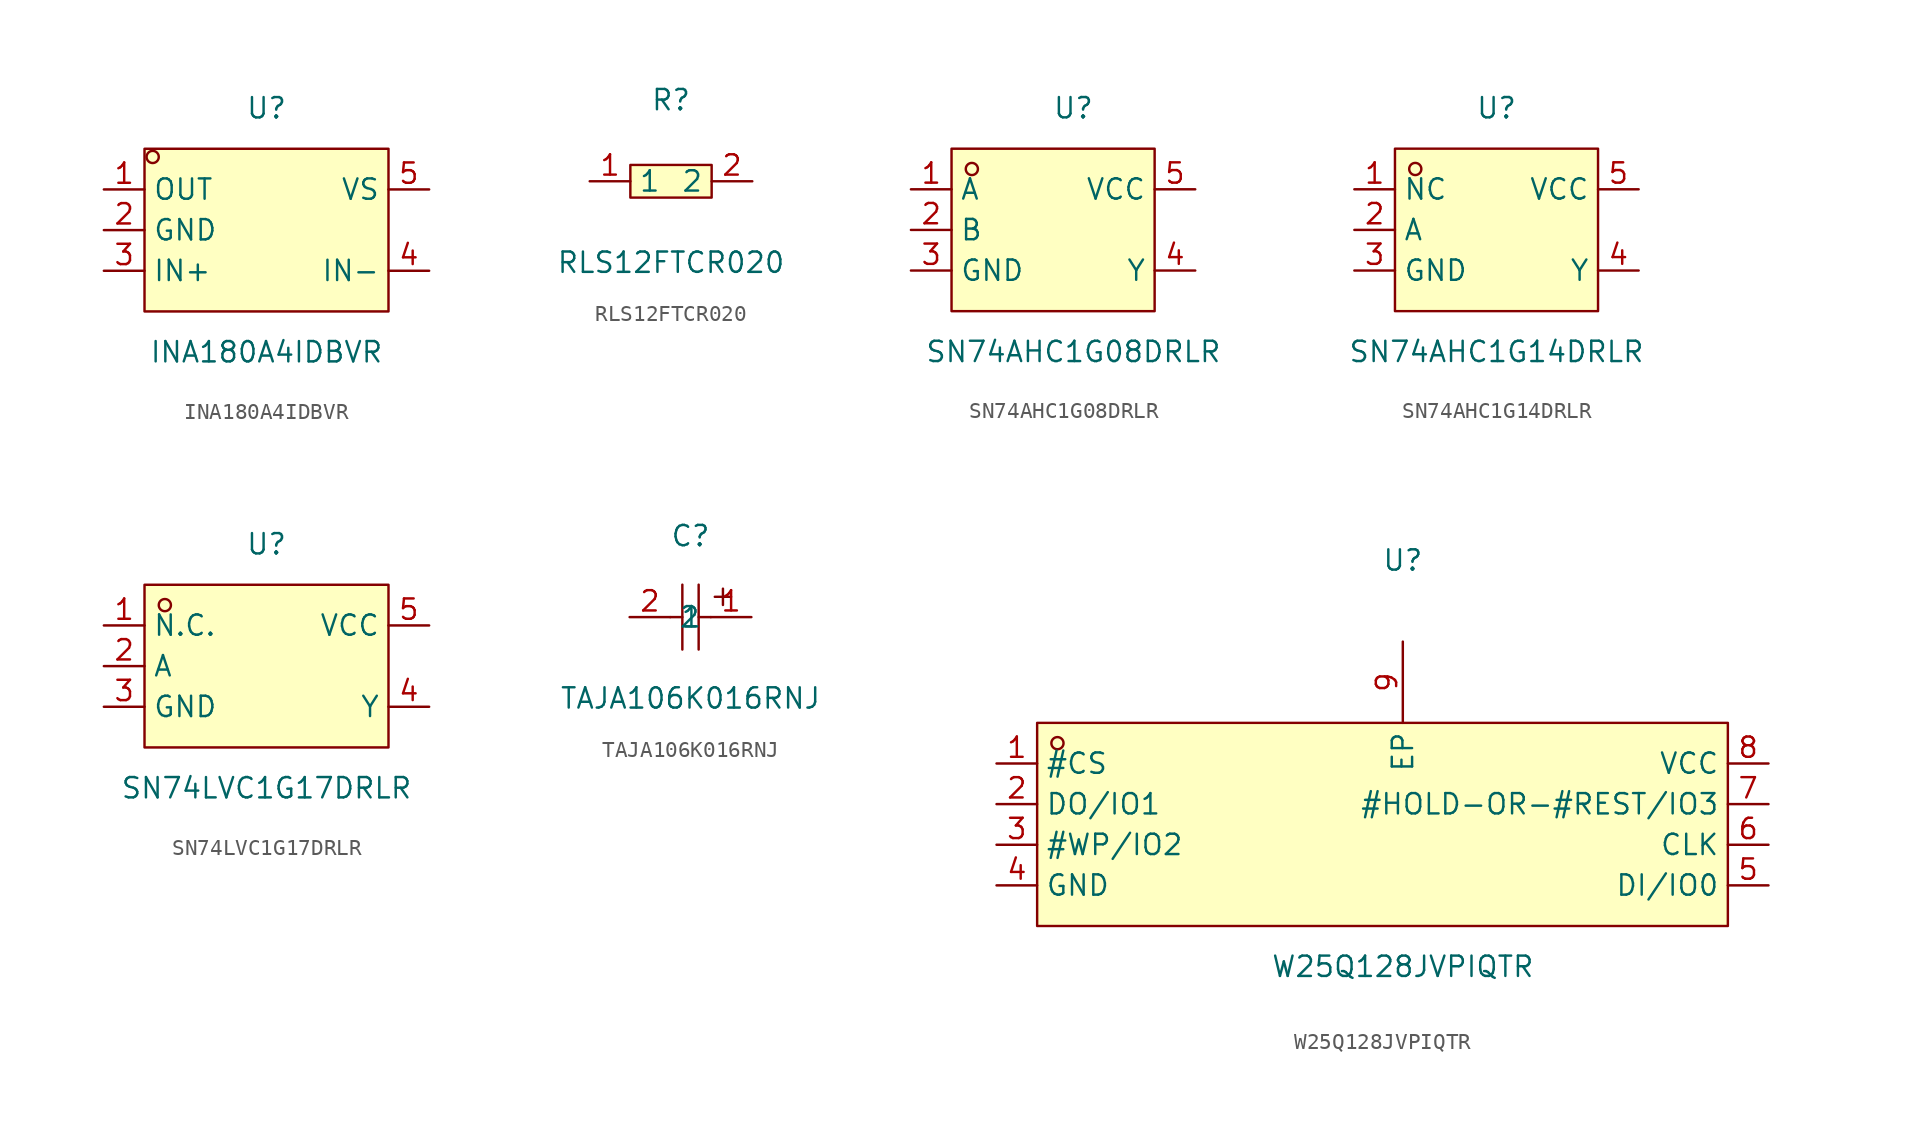
<source format=kicad_sym>
(kicad_symbol_lib
  (version 20231120)
  (generator "kicad_symbol_editor")
  (generator_version "8.0")
  (symbol "INA180A4IDBVR"
    (property "Reference" "U"
      (at 0 7.62 0)
      (effects (font (size 1.27 1.27))))
    (property "Value" "INA180A4IDBVR"
      (at 0 -7.62 0)
      (effects (font (size 1.27 1.27))))
    (symbol "INA180A4IDBVR_0_1"
      (rectangle (start -7.62 5.08) (end 7.62 -5.08) (stroke (width 0) (type default) (color 0 0 0 0)) (fill (type background)))
      (circle (center -7.11 4.57) (radius 0.38) (stroke (width 0) (type default) (color 0 0 0 0)) (fill (type none)))
      (pin unspecified line (at -10.16 2.54 0) (length 2.54) (name "OUT" (effects (font (size 1.27 1.27)))) (number "1" (effects (font (size 1.27 1.27)))))
      (pin unspecified line (at -10.16 -0.00 0) (length 2.54) (name "GND" (effects (font (size 1.27 1.27)))) (number "2" (effects (font (size 1.27 1.27)))))
      (pin unspecified line (at -10.16 -2.54 0) (length 2.54) (name "IN+" (effects (font (size 1.27 1.27)))) (number "3" (effects (font (size 1.27 1.27)))))
      (pin unspecified line (at 10.16 -2.54 180) (length 2.54) (name "IN-" (effects (font (size 1.27 1.27)))) (number "4" (effects (font (size 1.27 1.27)))))
      (pin unspecified line (at 10.16 2.54 180) (length 2.54) (name "VS" (effects (font (size 1.27 1.27)))) (number "5" (effects (font (size 1.27 1.27)))))))
  (symbol "RLS12FTCR020"
    (property "Reference" "R"
      (at 0 5.08 0)
      (effects (font (size 1.27 1.27))))
    (property "Value" "RLS12FTCR020"
      (at 0 -5.08 0)
      (effects (font (size 1.27 1.27))))
    (symbol "RLS12FTCR020_0_1"
      (rectangle (start -2.54 1.02) (end 2.54 -1.02) (stroke (width 0) (type default) (color 0 0 0 0)) (fill (type background)))
      (pin unspecified line (at 5.08 -0.00 180) (length 2.54) (name "2" (effects (font (size 1.27 1.27)))) (number "2" (effects (font (size 1.27 1.27)))))
      (pin unspecified line (at -5.08 -0.00 0) (length 2.54) (name "1" (effects (font (size 1.27 1.27)))) (number "1" (effects (font (size 1.27 1.27)))))))
  (symbol "SN74AHC1G08DRLR"
    (property "Reference" "U"
      (at 0 7.62 0)
      (effects (font (size 1.27 1.27))))
    (property "Value" "SN74AHC1G08DRLR"
      (at 0 -7.62 0)
      (effects (font (size 1.27 1.27))))
    (symbol "SN74AHC1G08DRLR_0_1"
      (rectangle (start -7.62 5.08) (end 5.08 -5.08) (stroke (width 0) (type default) (color 0 0 0 0)) (fill (type background)))
      (circle (center -6.35 3.81) (radius 0.38) (stroke (width 0) (type default) (color 0 0 0 0)) (fill (type none)))
      (pin unspecified line (at 7.62 2.54 180) (length 2.54) (name "VCC" (effects (font (size 1.27 1.27)))) (number "5" (effects (font (size 1.27 1.27)))))
      (pin unspecified line (at 7.62 -2.54 180) (length 2.54) (name "Y" (effects (font (size 1.27 1.27)))) (number "4" (effects (font (size 1.27 1.27)))))
      (pin unspecified line (at -10.16 -2.54 0) (length 2.54) (name "GND" (effects (font (size 1.27 1.27)))) (number "3" (effects (font (size 1.27 1.27)))))
      (pin unspecified line (at -10.16 -0.00 0) (length 2.54) (name "B" (effects (font (size 1.27 1.27)))) (number "2" (effects (font (size 1.27 1.27)))))
      (pin unspecified line (at -10.16 2.54 0) (length 2.54) (name "A" (effects (font (size 1.27 1.27)))) (number "1" (effects (font (size 1.27 1.27)))))))
  (symbol "SN74AHC1G14DRLR"
    (property "Reference" "U"
      (at 0 7.62 0)
      (effects (font (size 1.27 1.27))))
    (property "Value" "SN74AHC1G14DRLR"
      (at 0 -7.62 0)
      (effects (font (size 1.27 1.27))))
    (symbol "SN74AHC1G14DRLR_0_1"
      (rectangle (start -6.35 5.08) (end 6.35 -5.08) (stroke (width 0) (type default) (color 0 0 0 0)) (fill (type background)))
      (circle (center -5.08 3.81) (radius 0.38) (stroke (width 0) (type default) (color 0 0 0 0)) (fill (type none)))
      (pin unspecified line (at -8.89 2.54 0) (length 2.54) (name "NC" (effects (font (size 1.27 1.27)))) (number "1" (effects (font (size 1.27 1.27)))))
      (pin unspecified line (at -8.89 -0.00 0) (length 2.54) (name "A" (effects (font (size 1.27 1.27)))) (number "2" (effects (font (size 1.27 1.27)))))
      (pin unspecified line (at -8.89 -2.54 0) (length 2.54) (name "GND" (effects (font (size 1.27 1.27)))) (number "3" (effects (font (size 1.27 1.27)))))
      (pin unspecified line (at 8.89 -2.54 180) (length 2.54) (name "Y" (effects (font (size 1.27 1.27)))) (number "4" (effects (font (size 1.27 1.27)))))
      (pin unspecified line (at 8.89 2.54 180) (length 2.54) (name "VCC" (effects (font (size 1.27 1.27)))) (number "5" (effects (font (size 1.27 1.27)))))))
  (symbol "SN74LVC1G17DRLR"
    (property "Reference" "U"
      (at 0 7.62 0)
      (effects (font (size 1.27 1.27))))
    (property "Value" "SN74LVC1G17DRLR"
      (at 0 -7.62 0)
      (effects (font (size 1.27 1.27))))
    (symbol "SN74LVC1G17DRLR_0_1"
      (rectangle (start -7.62 5.08) (end 7.62 -5.08) (stroke (width 0) (type default) (color 0 0 0 0)) (fill (type background)))
      (circle (center -6.35 3.81) (radius 0.38) (stroke (width 0) (type default) (color 0 0 0 0)) (fill (type none)))
      (pin unspecified line (at -10.16 2.54 0) (length 2.54) (name "N.C." (effects (font (size 1.27 1.27)))) (number "1" (effects (font (size 1.27 1.27)))))
      (pin unspecified line (at -10.16 -0.00 0) (length 2.54) (name "A" (effects (font (size 1.27 1.27)))) (number "2" (effects (font (size 1.27 1.27)))))
      (pin unspecified line (at -10.16 -2.54 0) (length 2.54) (name "GND" (effects (font (size 1.27 1.27)))) (number "3" (effects (font (size 1.27 1.27)))))
      (pin unspecified line (at 10.16 -2.54 180) (length 2.54) (name "Y" (effects (font (size 1.27 1.27)))) (number "4" (effects (font (size 1.27 1.27)))))
      (pin unspecified line (at 10.16 2.54 180) (length 2.54) (name "VCC" (effects (font (size 1.27 1.27)))) (number "5" (effects (font (size 1.27 1.27)))))))
  (symbol "TAJA106K016RNJ"
    (property "Reference" "C"
      (at 0 5.08 0)
      (effects (font (size 1.27 1.27))))
    (property "Value" "TAJA106K016RNJ"
      (at 0 -5.08 0)
      (effects (font (size 1.27 1.27))))
    (symbol "TAJA106K016RNJ_0_1"
      (polyline (pts (xy 0.51 -2.03) (xy 0.51 2.03)) (stroke (width 0) (type default) (color 0 0 0 0)) (fill (type none)))
      (polyline (pts (xy -0.51 -2.03) (xy -0.51 2.03)) (stroke (width 0) (type default) (color 0 0 0 0)) (fill (type none)))
      (polyline (pts (xy 1.27 -0.00) (xy 0.51 -0.00)) (stroke (width 0) (type default) (color 0 0 0 0)) (fill (type none)))
      (polyline (pts (xy -0.51 -0.00) (xy -1.27 -0.00)) (stroke (width 0) (type default) (color 0 0 0 0)) (fill (type none)))
      (polyline (pts (xy 1.52 1.27) (xy 2.54 1.27)) (stroke (width 0) (type default) (color 0 0 0 0)) (fill (type none)))
      (polyline (pts (xy 2.03 1.78) (xy 2.03 0.76)) (stroke (width 0) (type default) (color 0 0 0 0)) (fill (type none)))
      (pin input line (at 3.81 -0.00 180) (length 2.54) (name "1" (effects (font (size 1.27 1.27)))) (number "1" (effects (font (size 1.27 1.27)))))
      (pin input line (at -3.81 -0.00 0) (length 2.54) (name "2" (effects (font (size 1.27 1.27)))) (number "2" (effects (font (size 1.27 1.27)))))))
  (symbol "W25Q128JVPIQTR"
    (property "Reference" "U"
      (at 0 17.78 0)
      (effects (font (size 1.27 1.27))))
    (property "Value" "W25Q128JVPIQTR"
      (at 0 -7.62 0)
      (effects (font (size 1.27 1.27))))
    (symbol "W25Q128JVPIQTR_0_1"
      (rectangle (start -22.86 7.62) (end 20.32 -5.08) (stroke (width 0) (type default) (color 0 0 0 0)) (fill (type background)))
      (circle (center -21.59 6.35) (radius 0.38) (stroke (width 0) (type default) (color 0 0 0 0)) (fill (type none)))
      (pin unspecified line (at -25.40 5.08 0) (length 2.54) (name "#CS" (effects (font (size 1.27 1.27)))) (number "1" (effects (font (size 1.27 1.27)))))
      (pin unspecified line (at -25.40 2.54 0) (length 2.54) (name "DO/IO1" (effects (font (size 1.27 1.27)))) (number "2" (effects (font (size 1.27 1.27)))))
      (pin unspecified line (at -25.40 -0.00 0) (length 2.54) (name "#WP/IO2" (effects (font (size 1.27 1.27)))) (number "3" (effects (font (size 1.27 1.27)))))
      (pin unspecified line (at -25.40 -2.54 0) (length 2.54) (name "GND" (effects (font (size 1.27 1.27)))) (number "4" (effects (font (size 1.27 1.27)))))
      (pin unspecified line (at 22.86 -2.54 180) (length 2.54) (name "DI/IO0" (effects (font (size 1.27 1.27)))) (number "5" (effects (font (size 1.27 1.27)))))
      (pin unspecified line (at 22.86 -0.00 180) (length 2.54) (name "CLK" (effects (font (size 1.27 1.27)))) (number "6" (effects (font (size 1.27 1.27)))))
      (pin unspecified line (at 22.86 2.54 180) (length 2.54) (name "#HOLD-OR-#REST/IO3" (effects (font (size 1.27 1.27)))) (number "7" (effects (font (size 1.27 1.27)))))
      (pin unspecified line (at 22.86 5.08 180) (length 2.54) (name "VCC" (effects (font (size 1.27 1.27)))) (number "8" (effects (font (size 1.27 1.27)))))
      (pin unspecified line (at 0.00 12.70 270) (length 5.08) (name "EP" (effects (font (size 1.27 1.27)))) (number "9" (effects (font (size 1.27 1.27))))))))
</source>
